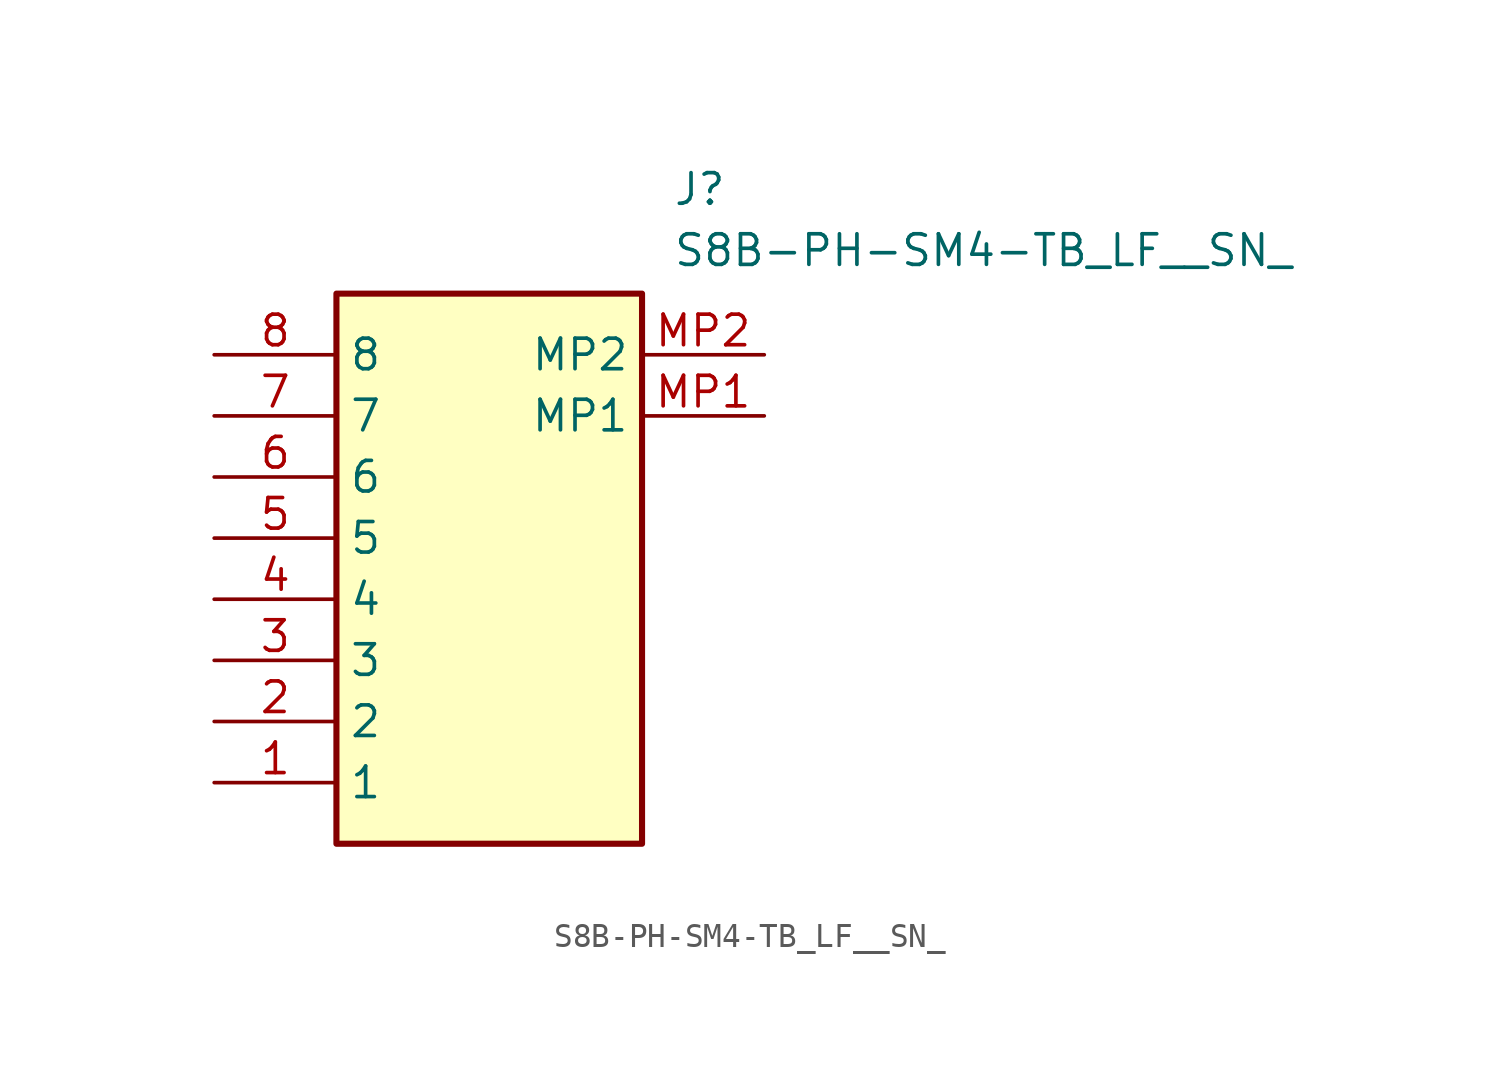
<source format=kicad_sym>
(kicad_symbol_lib
  (version 20211014)
  (generator SamacSys_ECAD_Model)
  (symbol "S8B-PH-SM4-TB_LF__SN_"
    (property "Reference" "J"
      (at 19.05 7.62 0)
      (effects (font (size 1.27 1.27)) (justify left top)))
    (property "Value" "S8B-PH-SM4-TB_LF__SN_"
      (at 19.05 5.08 0)
      (effects (font (size 1.27 1.27)) (justify left top)))
    (rectangle
      (start 5.08 2.54)
      (end 17.78 -20.32)
      (stroke (width 0.254) (type default))
      (fill (type background)))
    (pin passive line
      (at 0 -17.78 0)
      (length 5.08)
      (name "1" (effects (font (size 1.27 1.27))))
      (number "1" (effects (font (size 1.27 1.27)))))
    (pin passive line
      (at 0 -15.24 0)
      (length 5.08)
      (name "2" (effects (font (size 1.27 1.27))))
      (number "2" (effects (font (size 1.27 1.27)))))
    (pin passive line
      (at 0 -12.7 0)
      (length 5.08)
      (name "3" (effects (font (size 1.27 1.27))))
      (number "3" (effects (font (size 1.27 1.27)))))
    (pin passive line
      (at 0 -10.16 0)
      (length 5.08)
      (name "4" (effects (font (size 1.27 1.27))))
      (number "4" (effects (font (size 1.27 1.27)))))
    (pin passive line
      (at 0 -7.62 0)
      (length 5.08)
      (name "5" (effects (font (size 1.27 1.27))))
      (number "5" (effects (font (size 1.27 1.27)))))
    (pin passive line
      (at 0 -5.08 0)
      (length 5.08)
      (name "6" (effects (font (size 1.27 1.27))))
      (number "6" (effects (font (size 1.27 1.27)))))
    (pin passive line
      (at 0 -2.54 0)
      (length 5.08)
      (name "7" (effects (font (size 1.27 1.27))))
      (number "7" (effects (font (size 1.27 1.27)))))
    (pin passive line
      (at 0 0 0)
      (length 5.08)
      (name "8" (effects (font (size 1.27 1.27))))
      (number "8" (effects (font (size 1.27 1.27)))))
    (pin passive line
      (at 22.86 -2.54 180)
      (length 5.08)
      (name "MP1" (effects (font (size 1.27 1.27))))
      (number "MP1" (effects (font (size 1.27 1.27)))))
    (pin passive line
      (at 22.86 0 180)
      (length 5.08)
      (name "MP2" (effects (font (size 1.27 1.27))))
      (number "MP2" (effects (font (size 1.27 1.27)))))))
</source>
